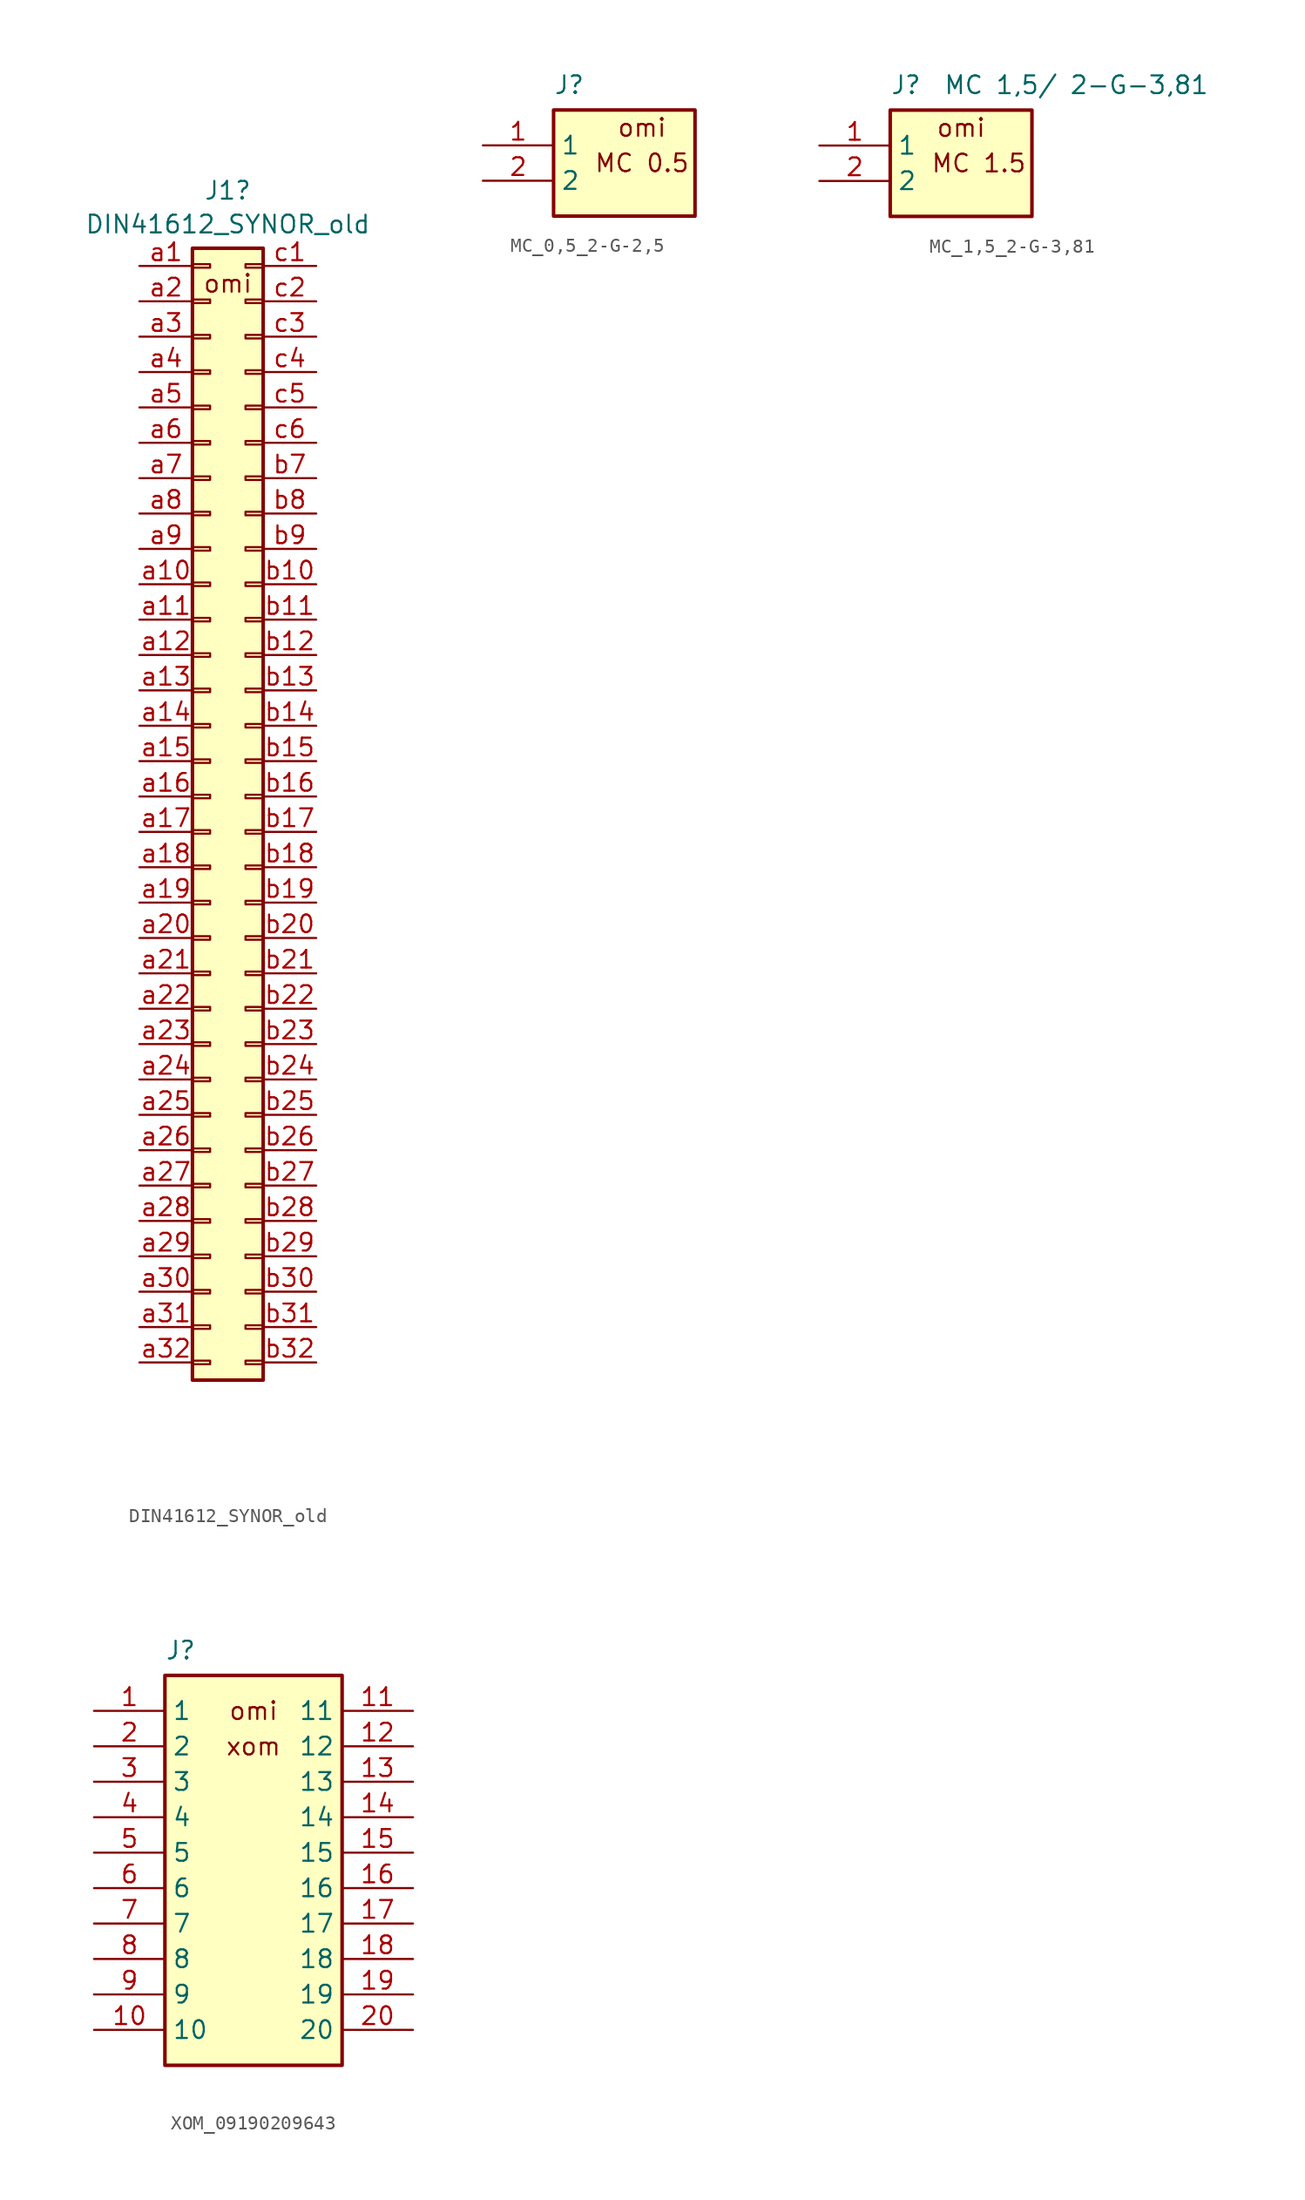
<source format=kicad_sym>
(kicad_symbol_lib
  (version 20220914)
  (generator kicad_symbol_editor)
  (symbol "DIN41612_SYNOR_old"
    (pin_names
      (offset 1.016) hide)
    (property "Reference" "J1"
      (at 1.27 43.514 0)
      (effects (font (size 1.27 1.27))))
    (property "Value" "DIN41612_SYNOR_old"
      (at 1.27 41.09 0)
      (effects (font (size 1.27 1.27))))
    (symbol "DIN41612_SYNOR_old_1_1"
      (rectangle (start -1.27 -40.513) (end 0 -40.767) (stroke (width 0.152) (type default)) (fill (type none)))
      (rectangle (start -1.27 -37.973) (end 0 -38.227) (stroke (width 0.152) (type default)) (fill (type none)))
      (rectangle (start -1.27 -35.433) (end 0 -35.687) (stroke (width 0.152) (type default)) (fill (type none)))
      (rectangle (start -1.27 -32.893) (end 0 -33.147) (stroke (width 0.152) (type default)) (fill (type none)))
      (rectangle (start -1.27 -30.353) (end 0 -30.607) (stroke (width 0.152) (type default)) (fill (type none)))
      (rectangle (start -1.27 -27.813) (end 0 -28.067) (stroke (width 0.152) (type default)) (fill (type none)))
      (rectangle (start -1.27 -25.273) (end 0 -25.527) (stroke (width 0.152) (type default)) (fill (type none)))
      (rectangle (start -1.27 -22.733) (end 0 -22.987) (stroke (width 0.152) (type default)) (fill (type none)))
      (rectangle (start -1.27 -20.193) (end 0 -20.447) (stroke (width 0.152) (type default)) (fill (type none)))
      (rectangle (start -1.27 -17.653) (end 0 -17.907) (stroke (width 0.152) (type default)) (fill (type none)))
      (rectangle (start -1.27 -15.113) (end 0 -15.367) (stroke (width 0.152) (type default)) (fill (type none)))
      (rectangle (start -1.27 -12.573) (end 0 -12.827) (stroke (width 0.152) (type default)) (fill (type none)))
      (rectangle (start -1.27 -10.033) (end 0 -10.287) (stroke (width 0.152) (type default)) (fill (type none)))
      (rectangle (start -1.27 -7.493) (end 0 -7.747) (stroke (width 0.152) (type default)) (fill (type none)))
      (rectangle (start -1.27 -4.953) (end 0 -5.207) (stroke (width 0.152) (type default)) (fill (type none)))
      (rectangle (start -1.27 -2.413) (end 0 -2.667) (stroke (width 0.152) (type default)) (fill (type none)))
      (rectangle (start -1.27 0.127) (end 0 -0.127) (stroke (width 0.152) (type default)) (fill (type none)))
      (rectangle (start -1.27 2.667) (end 0 2.413) (stroke (width 0.152) (type default)) (fill (type none)))
      (rectangle (start -1.27 5.207) (end 0 4.953) (stroke (width 0.152) (type default)) (fill (type none)))
      (rectangle (start -1.27 7.747) (end 0 7.493) (stroke (width 0.152) (type default)) (fill (type none)))
      (rectangle (start -1.27 10.287) (end 0 10.033) (stroke (width 0.152) (type default)) (fill (type none)))
      (rectangle (start -1.27 12.827) (end 0 12.573) (stroke (width 0.152) (type default)) (fill (type none)))
      (rectangle (start -1.27 15.367) (end 0 15.113) (stroke (width 0.152) (type default)) (fill (type none)))
      (rectangle (start -1.27 17.907) (end 0 17.653) (stroke (width 0.152) (type default)) (fill (type none)))
      (rectangle (start -1.27 20.447) (end 0 20.193) (stroke (width 0.152) (type default)) (fill (type none)))
      (rectangle (start -1.27 22.987) (end 0 22.733) (stroke (width 0.152) (type default)) (fill (type none)))
      (rectangle (start -1.27 25.527) (end 0 25.273) (stroke (width 0.152) (type default)) (fill (type none)))
      (rectangle (start -1.27 28.067) (end 0 27.813) (stroke (width 0.152) (type default)) (fill (type none)))
      (rectangle (start -1.27 30.607) (end 0 30.353) (stroke (width 0.152) (type default)) (fill (type none)))
      (rectangle (start -1.27 33.147) (end 0 32.893) (stroke (width 0.152) (type default)) (fill (type none)))
      (rectangle (start -1.27 35.687) (end 0 35.433) (stroke (width 0.152) (type default)) (fill (type none)))
      (rectangle (start -1.27 38.227) (end 0 37.973) (stroke (width 0.152) (type default)) (fill (type none)))
      (rectangle (start -1.27 39.37) (end 3.81 -41.91) (stroke (width 0.254) (type default)) (fill (type background)))
      (rectangle (start 3.81 -40.513) (end 2.54 -40.767) (stroke (width 0.152) (type default)) (fill (type none)))
      (rectangle (start 3.81 -37.973) (end 2.54 -38.227) (stroke (width 0.152) (type default)) (fill (type none)))
      (rectangle (start 3.81 -35.433) (end 2.54 -35.687) (stroke (width 0.152) (type default)) (fill (type none)))
      (rectangle (start 3.81 -32.893) (end 2.54 -33.147) (stroke (width 0.152) (type default)) (fill (type none)))
      (rectangle (start 3.81 -30.353) (end 2.54 -30.607) (stroke (width 0.152) (type default)) (fill (type none)))
      (rectangle (start 3.81 -27.813) (end 2.54 -28.067) (stroke (width 0.152) (type default)) (fill (type none)))
      (rectangle (start 3.81 -25.273) (end 2.54 -25.527) (stroke (width 0.152) (type default)) (fill (type none)))
      (rectangle (start 3.81 -22.733) (end 2.54 -22.987) (stroke (width 0.152) (type default)) (fill (type none)))
      (rectangle (start 3.81 -20.193) (end 2.54 -20.447) (stroke (width 0.152) (type default)) (fill (type none)))
      (rectangle (start 3.81 -17.653) (end 2.54 -17.907) (stroke (width 0.152) (type default)) (fill (type none)))
      (rectangle (start 3.81 -15.113) (end 2.54 -15.367) (stroke (width 0.152) (type default)) (fill (type none)))
      (rectangle (start 3.81 -12.573) (end 2.54 -12.827) (stroke (width 0.152) (type default)) (fill (type none)))
      (rectangle (start 3.81 -10.033) (end 2.54 -10.287) (stroke (width 0.152) (type default)) (fill (type none)))
      (rectangle (start 3.81 -7.493) (end 2.54 -7.747) (stroke (width 0.152) (type default)) (fill (type none)))
      (rectangle (start 3.81 -4.953) (end 2.54 -5.207) (stroke (width 0.152) (type default)) (fill (type none)))
      (rectangle (start 3.81 -2.413) (end 2.54 -2.667) (stroke (width 0.152) (type default)) (fill (type none)))
      (rectangle (start 3.81 0.127) (end 2.54 -0.127) (stroke (width 0.152) (type default)) (fill (type none)))
      (rectangle (start 3.81 2.667) (end 2.54 2.413) (stroke (width 0.152) (type default)) (fill (type none)))
      (rectangle (start 3.81 5.207) (end 2.54 4.953) (stroke (width 0.152) (type default)) (fill (type none)))
      (rectangle (start 3.81 7.747) (end 2.54 7.493) (stroke (width 0.152) (type default)) (fill (type none)))
      (rectangle (start 3.81 10.287) (end 2.54 10.033) (stroke (width 0.152) (type default)) (fill (type none)))
      (rectangle (start 3.81 12.827) (end 2.54 12.573) (stroke (width 0.152) (type default)) (fill (type none)))
      (rectangle (start 3.81 15.367) (end 2.54 15.113) (stroke (width 0.152) (type default)) (fill (type none)))
      (rectangle (start 3.81 17.907) (end 2.54 17.653) (stroke (width 0.152) (type default)) (fill (type none)))
      (rectangle (start 3.81 20.447) (end 2.54 20.193) (stroke (width 0.152) (type default)) (fill (type none)))
      (rectangle (start 3.81 22.987) (end 2.54 22.733) (stroke (width 0.152) (type default)) (fill (type none)))
      (rectangle (start 3.81 25.527) (end 2.54 25.273) (stroke (width 0.152) (type default)) (fill (type none)))
      (rectangle (start 3.81 28.067) (end 2.54 27.813) (stroke (width 0.152) (type default)) (fill (type none)))
      (rectangle (start 3.81 30.607) (end 2.54 30.353) (stroke (width 0.152) (type default)) (fill (type none)))
      (rectangle (start 3.81 33.147) (end 2.54 32.893) (stroke (width 0.152) (type default)) (fill (type none)))
      (rectangle (start 3.81 35.687) (end 2.54 35.433) (stroke (width 0.152) (type default)) (fill (type none)))
      (rectangle (start 3.81 38.227) (end 2.54 37.973) (stroke (width 0.152) (type default)) (fill (type none)))
      (text "omi" (at 1.27 36.83 0) (effects (font (size 1.27 1.27))))
      (pin passive line (at -5.08 38.1 0) (length 3.81) (name "Pin_a1" (effects (font (size 1.27 1.27)))) (number "a1" (effects (font (size 1.27 1.27)))))
      (pin passive line (at -5.08 15.24 0) (length 3.81) (name "Pin_a10" (effects (font (size 1.27 1.27)))) (number "a10" (effects (font (size 1.27 1.27)))))
      (pin passive line (at -5.08 12.7 0) (length 3.81) (name "Pin_a11" (effects (font (size 1.27 1.27)))) (number "a11" (effects (font (size 1.27 1.27)))))
      (pin passive line (at -5.08 10.16 0) (length 3.81) (name "Pin_a12" (effects (font (size 1.27 1.27)))) (number "a12" (effects (font (size 1.27 1.27)))))
      (pin passive line (at -5.08 7.62 0) (length 3.81) (name "Pin_a13" (effects (font (size 1.27 1.27)))) (number "a13" (effects (font (size 1.27 1.27)))))
      (pin passive line (at -5.08 5.08 0) (length 3.81) (name "Pin_a14" (effects (font (size 1.27 1.27)))) (number "a14" (effects (font (size 1.27 1.27)))))
      (pin passive line (at -5.08 2.54 0) (length 3.81) (name "Pin_a15" (effects (font (size 1.27 1.27)))) (number "a15" (effects (font (size 1.27 1.27)))))
      (pin passive line (at -5.08 0 0) (length 3.81) (name "Pin_a16" (effects (font (size 1.27 1.27)))) (number "a16" (effects (font (size 1.27 1.27)))))
      (pin passive line (at -5.08 -2.54 0) (length 3.81) (name "Pin_a17" (effects (font (size 1.27 1.27)))) (number "a17" (effects (font (size 1.27 1.27)))))
      (pin passive line (at -5.08 -5.08 0) (length 3.81) (name "Pin_a18" (effects (font (size 1.27 1.27)))) (number "a18" (effects (font (size 1.27 1.27)))))
      (pin passive line (at -5.08 -7.62 0) (length 3.81) (name "Pin_a19" (effects (font (size 1.27 1.27)))) (number "a19" (effects (font (size 1.27 1.27)))))
      (pin passive line (at -5.08 35.56 0) (length 3.81) (name "Pin_a2" (effects (font (size 1.27 1.27)))) (number "a2" (effects (font (size 1.27 1.27)))))
      (pin passive line (at -5.08 -10.16 0) (length 3.81) (name "Pin_a20" (effects (font (size 1.27 1.27)))) (number "a20" (effects (font (size 1.27 1.27)))))
      (pin passive line (at -5.08 -12.7 0) (length 3.81) (name "Pin_a21" (effects (font (size 1.27 1.27)))) (number "a21" (effects (font (size 1.27 1.27)))))
      (pin passive line (at -5.08 -15.24 0) (length 3.81) (name "Pin_a22" (effects (font (size 1.27 1.27)))) (number "a22" (effects (font (size 1.27 1.27)))))
      (pin passive line (at -5.08 -17.78 0) (length 3.81) (name "Pin_a23" (effects (font (size 1.27 1.27)))) (number "a23" (effects (font (size 1.27 1.27)))))
      (pin passive line (at -5.08 -20.32 0) (length 3.81) (name "Pin_a24" (effects (font (size 1.27 1.27)))) (number "a24" (effects (font (size 1.27 1.27)))))
      (pin passive line (at -5.08 -22.86 0) (length 3.81) (name "Pin_a25" (effects (font (size 1.27 1.27)))) (number "a25" (effects (font (size 1.27 1.27)))))
      (pin passive line (at -5.08 -25.4 0) (length 3.81) (name "Pin_a26" (effects (font (size 1.27 1.27)))) (number "a26" (effects (font (size 1.27 1.27)))))
      (pin passive line (at -5.08 -27.94 0) (length 3.81) (name "Pin_a27" (effects (font (size 1.27 1.27)))) (number "a27" (effects (font (size 1.27 1.27)))))
      (pin passive line (at -5.08 -30.48 0) (length 3.81) (name "Pin_a28" (effects (font (size 1.27 1.27)))) (number "a28" (effects (font (size 1.27 1.27)))))
      (pin passive line (at -5.08 -33.02 0) (length 3.81) (name "Pin_a29" (effects (font (size 1.27 1.27)))) (number "a29" (effects (font (size 1.27 1.27)))))
      (pin passive line (at -5.08 33.02 0) (length 3.81) (name "Pin_a3" (effects (font (size 1.27 1.27)))) (number "a3" (effects (font (size 1.27 1.27)))))
      (pin passive line (at -5.08 -35.56 0) (length 3.81) (name "Pin_a30" (effects (font (size 1.27 1.27)))) (number "a30" (effects (font (size 1.27 1.27)))))
      (pin passive line (at -5.08 -38.1 0) (length 3.81) (name "Pin_a31" (effects (font (size 1.27 1.27)))) (number "a31" (effects (font (size 1.27 1.27)))))
      (pin passive line (at -5.08 -40.64 0) (length 3.81) (name "Pin_a32" (effects (font (size 1.27 1.27)))) (number "a32" (effects (font (size 1.27 1.27)))))
      (pin passive line (at -5.08 30.48 0) (length 3.81) (name "Pin_a4" (effects (font (size 1.27 1.27)))) (number "a4" (effects (font (size 1.27 1.27)))))
      (pin passive line (at -5.08 27.94 0) (length 3.81) (name "Pin_a5" (effects (font (size 1.27 1.27)))) (number "a5" (effects (font (size 1.27 1.27)))))
      (pin passive line (at -5.08 25.4 0) (length 3.81) (name "Pin_a6" (effects (font (size 1.27 1.27)))) (number "a6" (effects (font (size 1.27 1.27)))))
      (pin passive line (at -5.08 22.86 0) (length 3.81) (name "Pin_a7" (effects (font (size 1.27 1.27)))) (number "a7" (effects (font (size 1.27 1.27)))))
      (pin passive line (at -5.08 20.32 0) (length 3.81) (name "Pin_a8" (effects (font (size 1.27 1.27)))) (number "a8" (effects (font (size 1.27 1.27)))))
      (pin passive line (at -5.08 17.78 0) (length 3.81) (name "Pin_a9" (effects (font (size 1.27 1.27)))) (number "a9" (effects (font (size 1.27 1.27)))))
      (pin passive line (at 7.62 15.24 180) (length 3.81) (name "Pin_b10" (effects (font (size 1.27 1.27)))) (number "b10" (effects (font (size 1.27 1.27)))))
      (pin passive line (at 7.62 12.7 180) (length 3.81) (name "Pin_b11" (effects (font (size 1.27 1.27)))) (number "b11" (effects (font (size 1.27 1.27)))))
      (pin passive line (at 7.62 10.16 180) (length 3.81) (name "Pin_b12" (effects (font (size 1.27 1.27)))) (number "b12" (effects (font (size 1.27 1.27)))))
      (pin passive line (at 7.62 7.62 180) (length 3.81) (name "Pin_b13" (effects (font (size 1.27 1.27)))) (number "b13" (effects (font (size 1.27 1.27)))))
      (pin passive line (at 7.62 5.08 180) (length 3.81) (name "Pin_b14" (effects (font (size 1.27 1.27)))) (number "b14" (effects (font (size 1.27 1.27)))))
      (pin passive line (at 7.62 2.54 180) (length 3.81) (name "Pin_b15" (effects (font (size 1.27 1.27)))) (number "b15" (effects (font (size 1.27 1.27)))))
      (pin passive line (at 7.62 0 180) (length 3.81) (name "Pin_b16" (effects (font (size 1.27 1.27)))) (number "b16" (effects (font (size 1.27 1.27)))))
      (pin passive line (at 7.62 -2.54 180) (length 3.81) (name "Pin_b17" (effects (font (size 1.27 1.27)))) (number "b17" (effects (font (size 1.27 1.27)))))
      (pin passive line (at 7.62 -5.08 180) (length 3.81) (name "Pin_b18" (effects (font (size 1.27 1.27)))) (number "b18" (effects (font (size 1.27 1.27)))))
      (pin passive line (at 7.62 -7.62 180) (length 3.81) (name "Pin_b19" (effects (font (size 1.27 1.27)))) (number "b19" (effects (font (size 1.27 1.27)))))
      (pin passive line (at 7.62 -10.16 180) (length 3.81) (name "Pin_b20" (effects (font (size 1.27 1.27)))) (number "b20" (effects (font (size 1.27 1.27)))))
      (pin passive line (at 7.62 -12.7 180) (length 3.81) (name "Pin_b21" (effects (font (size 1.27 1.27)))) (number "b21" (effects (font (size 1.27 1.27)))))
      (pin passive line (at 7.62 -15.24 180) (length 3.81) (name "Pin_b22" (effects (font (size 1.27 1.27)))) (number "b22" (effects (font (size 1.27 1.27)))))
      (pin passive line (at 7.62 -17.78 180) (length 3.81) (name "Pin_b23" (effects (font (size 1.27 1.27)))) (number "b23" (effects (font (size 1.27 1.27)))))
      (pin passive line (at 7.62 -20.32 180) (length 3.81) (name "Pin_b24" (effects (font (size 1.27 1.27)))) (number "b24" (effects (font (size 1.27 1.27)))))
      (pin passive line (at 7.62 -22.86 180) (length 3.81) (name "Pin_b25" (effects (font (size 1.27 1.27)))) (number "b25" (effects (font (size 1.27 1.27)))))
      (pin passive line (at 7.62 -25.4 180) (length 3.81) (name "Pin_b26" (effects (font (size 1.27 1.27)))) (number "b26" (effects (font (size 1.27 1.27)))))
      (pin passive line (at 7.62 -27.94 180) (length 3.81) (name "Pin_b27" (effects (font (size 1.27 1.27)))) (number "b27" (effects (font (size 1.27 1.27)))))
      (pin passive line (at 7.62 -30.48 180) (length 3.81) (name "Pin_b28" (effects (font (size 1.27 1.27)))) (number "b28" (effects (font (size 1.27 1.27)))))
      (pin passive line (at 7.62 -33.02 180) (length 3.81) (name "Pin_b29" (effects (font (size 1.27 1.27)))) (number "b29" (effects (font (size 1.27 1.27)))))
      (pin passive line (at 7.62 -35.56 180) (length 3.81) (name "Pin_b30" (effects (font (size 1.27 1.27)))) (number "b30" (effects (font (size 1.27 1.27)))))
      (pin passive line (at 7.62 -38.1 180) (length 3.81) (name "Pin_b31" (effects (font (size 1.27 1.27)))) (number "b31" (effects (font (size 1.27 1.27)))))
      (pin passive line (at 7.62 -40.64 180) (length 3.81) (name "Pin_b32" (effects (font (size 1.27 1.27)))) (number "b32" (effects (font (size 1.27 1.27)))))
      (pin passive line (at 7.62 22.86 180) (length 3.81) (name "Pin_b7" (effects (font (size 1.27 1.27)))) (number "b7" (effects (font (size 1.27 1.27)))))
      (pin passive line (at 7.62 20.32 180) (length 3.81) (name "Pin_b8" (effects (font (size 1.27 1.27)))) (number "b8" (effects (font (size 1.27 1.27)))))
      (pin passive line (at 7.62 17.78 180) (length 3.81) (name "Pin_b9" (effects (font (size 1.27 1.27)))) (number "b9" (effects (font (size 1.27 1.27)))))
      (pin passive line (at 7.62 38.1 180) (length 3.81) (name "Pin_c1" (effects (font (size 1.27 1.27)))) (number "c1" (effects (font (size 1.27 1.27)))))
      (pin passive line (at 7.62 35.56 180) (length 3.81) (name "Pin_c2" (effects (font (size 1.27 1.27)))) (number "c2" (effects (font (size 1.27 1.27)))))
      (pin passive line (at 7.62 33.02 180) (length 3.81) (name "Pin_c3" (effects (font (size 1.27 1.27)))) (number "c3" (effects (font (size 1.27 1.27)))))
      (pin passive line (at 7.62 30.48 180) (length 3.81) (name "Pin_c4" (effects (font (size 1.27 1.27)))) (number "c4" (effects (font (size 1.27 1.27)))))
      (pin passive line (at 7.62 27.94 180) (length 3.81) (name "Pin_c5" (effects (font (size 1.27 1.27)))) (number "c5" (effects (font (size 1.27 1.27)))))
      (pin passive line (at 7.62 25.4 180) (length 3.81) (name "Pin_c6" (effects (font (size 1.27 1.27)))) (number "c6" (effects (font (size 1.27 1.27)))))))
  (symbol "MC_0,5_2-G-2,5"
    (property "Reference" "J"
      (at 5.08 5.08 0)
      (effects (font (size 1.27 1.27)) (justify left top)))
    (symbol "MC_0,5_2-G-2,5_1_1"
      (rectangle (start 5.08 2.54) (end 15.24 -5.08) (stroke (width 0.254) (type default)) (fill (type background)))
      (text "MC 0.5" (at 11.43 -1.27 0) (effects (font (size 1.27 1.27))))
      (text "omi" (at 11.43 1.27 0) (effects (font (size 1.27 1.27))))
      (pin passive line (at 0 0 0) (length 5.08) (name "1" (effects (font (size 1.27 1.27)))) (number "1" (effects (font (size 1.27 1.27)))))
      (pin passive line (at 0 -2.54 0) (length 5.08) (name "2" (effects (font (size 1.27 1.27)))) (number "2" (effects (font (size 1.27 1.27)))))))
  (symbol "MC_1,5_2-G-3,81"
    (property "Reference" "J"
      (at 5.08 5.08 0)
      (effects (font (size 1.27 1.27)) (justify left top)))
    (property "Value" "MC 1,5/ 2-G-3,81"
      (at 8.89 5.08 0)
      (effects (font (size 1.27 1.27)) (justify left top)))
    (symbol "MC_1,5_2-G-3,81_1_1"
      (rectangle (start 5.08 2.54) (end 15.24 -5.08) (stroke (width 0.254) (type default)) (fill (type background)))
      (text "MC 1.5" (at 11.43 -1.27 0) (effects (font (size 1.27 1.27))))
      (text "omi" (at 10.16 1.27 0) (effects (font (size 1.27 1.27))))
      (pin passive line (at 0 0 0) (length 5.08) (name "1" (effects (font (size 1.27 1.27)))) (number "1" (effects (font (size 1.27 1.27)))))
      (pin passive line (at 0 -2.54 0) (length 5.08) (name "2" (effects (font (size 1.27 1.27)))) (number "2" (effects (font (size 1.27 1.27)))))))
  (symbol "XOM_09190209643"
    (property "Reference" "J"
      (at 5.08 5.08 0)
      (effects (font (size 1.27 1.27)) (justify left top)))
    (symbol "XOM_09190209643_1_1"
      (rectangle (start 5.08 2.54) (end 17.78 -25.4) (stroke (width 0.254) (type default)) (fill (type background)))
      (text "omi" (at 11.43 0 0) (effects (font (size 1.27 1.27))))
      (text "xom" (at 11.43 -2.54 0) (effects (font (size 1.27 1.27))))
      (pin passive line (at 0 0 0) (length 5.08) (name "1" (effects (font (size 1.27 1.27)))) (number "1" (effects (font (size 1.27 1.27)))))
      (pin passive line (at 0 -22.86 0) (length 5.08) (name "10" (effects (font (size 1.27 1.27)))) (number "10" (effects (font (size 1.27 1.27)))))
      (pin passive line (at 22.86 0 180) (length 5.08) (name "11" (effects (font (size 1.27 1.27)))) (number "11" (effects (font (size 1.27 1.27)))))
      (pin passive line (at 22.86 -2.54 180) (length 5.08) (name "12" (effects (font (size 1.27 1.27)))) (number "12" (effects (font (size 1.27 1.27)))))
      (pin passive line (at 22.86 -5.08 180) (length 5.08) (name "13" (effects (font (size 1.27 1.27)))) (number "13" (effects (font (size 1.27 1.27)))))
      (pin passive line (at 22.86 -7.62 180) (length 5.08) (name "14" (effects (font (size 1.27 1.27)))) (number "14" (effects (font (size 1.27 1.27)))))
      (pin passive line (at 22.86 -10.16 180) (length 5.08) (name "15" (effects (font (size 1.27 1.27)))) (number "15" (effects (font (size 1.27 1.27)))))
      (pin passive line (at 22.86 -12.7 180) (length 5.08) (name "16" (effects (font (size 1.27 1.27)))) (number "16" (effects (font (size 1.27 1.27)))))
      (pin passive line (at 22.86 -15.24 180) (length 5.08) (name "17" (effects (font (size 1.27 1.27)))) (number "17" (effects (font (size 1.27 1.27)))))
      (pin passive line (at 22.86 -17.78 180) (length 5.08) (name "18" (effects (font (size 1.27 1.27)))) (number "18" (effects (font (size 1.27 1.27)))))
      (pin passive line (at 22.86 -20.32 180) (length 5.08) (name "19" (effects (font (size 1.27 1.27)))) (number "19" (effects (font (size 1.27 1.27)))))
      (pin passive line (at 0 -2.54 0) (length 5.08) (name "2" (effects (font (size 1.27 1.27)))) (number "2" (effects (font (size 1.27 1.27)))))
      (pin passive line (at 22.86 -22.86 180) (length 5.08) (name "20" (effects (font (size 1.27 1.27)))) (number "20" (effects (font (size 1.27 1.27)))))
      (pin passive line (at 0 -5.08 0) (length 5.08) (name "3" (effects (font (size 1.27 1.27)))) (number "3" (effects (font (size 1.27 1.27)))))
      (pin passive line (at 0 -7.62 0) (length 5.08) (name "4" (effects (font (size 1.27 1.27)))) (number "4" (effects (font (size 1.27 1.27)))))
      (pin passive line (at 0 -10.16 0) (length 5.08) (name "5" (effects (font (size 1.27 1.27)))) (number "5" (effects (font (size 1.27 1.27)))))
      (pin passive line (at 0 -12.7 0) (length 5.08) (name "6" (effects (font (size 1.27 1.27)))) (number "6" (effects (font (size 1.27 1.27)))))
      (pin passive line (at 0 -15.24 0) (length 5.08) (name "7" (effects (font (size 1.27 1.27)))) (number "7" (effects (font (size 1.27 1.27)))))
      (pin passive line (at 0 -17.78 0) (length 5.08) (name "8" (effects (font (size 1.27 1.27)))) (number "8" (effects (font (size 1.27 1.27)))))
      (pin passive line (at 0 -20.32 0) (length 5.08) (name "9" (effects (font (size 1.27 1.27)))) (number "9" (effects (font (size 1.27 1.27))))))))
</source>
